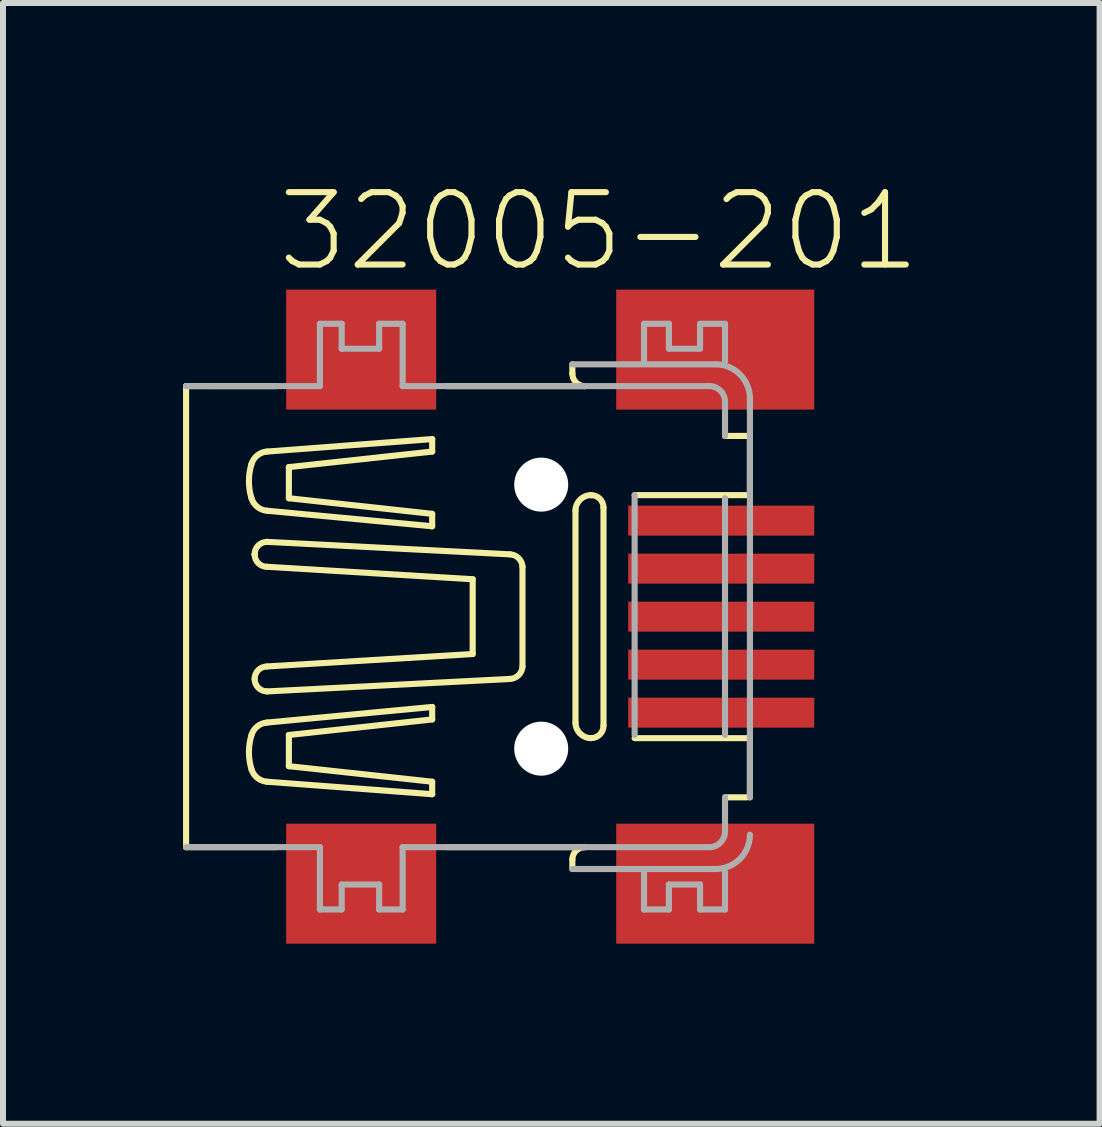
<source format=kicad_pcb>
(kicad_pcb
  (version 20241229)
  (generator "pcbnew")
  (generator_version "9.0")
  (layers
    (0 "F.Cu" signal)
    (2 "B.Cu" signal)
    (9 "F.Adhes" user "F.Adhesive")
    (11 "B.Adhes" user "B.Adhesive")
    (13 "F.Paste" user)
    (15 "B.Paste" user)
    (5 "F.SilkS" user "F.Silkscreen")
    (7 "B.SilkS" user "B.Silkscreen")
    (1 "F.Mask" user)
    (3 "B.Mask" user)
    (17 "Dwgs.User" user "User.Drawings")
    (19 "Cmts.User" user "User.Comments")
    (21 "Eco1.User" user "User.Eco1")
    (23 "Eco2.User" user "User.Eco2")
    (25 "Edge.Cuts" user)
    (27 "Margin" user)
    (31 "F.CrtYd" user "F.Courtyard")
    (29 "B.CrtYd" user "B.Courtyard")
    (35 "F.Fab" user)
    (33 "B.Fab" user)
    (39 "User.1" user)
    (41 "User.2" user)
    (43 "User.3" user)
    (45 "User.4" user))
  (footprint "32005-201"
    (layer "F.Cu")
    (at 5.969 7.226)
    (property "Reference" "32005-201" (at -4.445 -5.715 0) (layer "F.SilkS") (effects (font (size 1.206 1.206) (thickness 0.102)) (justify left bottom)))
    (attr through_hole)
    (fp_line (start -5.918 -3.842) (end -4.415 -3.841) (stroke (width 0.102) (type solid)) (layer "F.SilkS"))
    (fp_line (start -5.918 3.841) (end -5.918 -3.842) (stroke (width 0.102) (type solid)) (layer "F.SilkS"))
    (fp_line (start -5.918 3.841) (end -4.415 3.841) (stroke (width 0.102) (type solid)) (layer "F.SilkS"))
    (fp_line (start -5.918 3.841) (end -5.918 3.841) (stroke (width 0.102) (type solid)) (layer "F.SilkS"))
    (fp_line (start -4.776 -1.038) (end -4.776 -1.038) (stroke (width 0.102) (type solid)) (layer "F.SilkS"))
    (fp_line (start -4.569 -1.765) (end -1.817 -1.506) (stroke (width 0.102) (type solid)) (layer "F.SilkS"))
    (fp_line (start -4.569 -0.831) (end -1.142 -0.623) (stroke (width 0.102) (type solid)) (layer "F.SilkS"))
    (fp_line (start -4.569 0.83) (end -1.142 0.623) (stroke (width 0.102) (type solid)) (layer "F.SilkS"))
    (fp_line (start -4.569 1.765) (end -1.817 1.505) (stroke (width 0.102) (type solid)) (layer "F.SilkS"))
    (fp_line (start -4.568 -1.246) (end -0.519 -1.038) (stroke (width 0.102) (type solid)) (layer "F.SilkS"))
    (fp_line (start -4.568 1.246) (end -0.519 1.038) (stroke (width 0.102) (type solid)) (layer "F.SilkS"))
    (fp_line (start -4.205 -2.492) (end -1.817 -2.751) (stroke (width 0.102) (type solid)) (layer "F.SilkS"))
    (fp_line (start -4.205 -1.973) (end -4.205 -2.492) (stroke (width 0.102) (type solid)) (layer "F.SilkS"))
    (fp_line (start -4.205 1.972) (end -4.205 2.492) (stroke (width 0.102) (type solid)) (layer "F.SilkS"))
    (fp_line (start -4.205 2.492) (end -1.817 2.751) (stroke (width 0.102) (type solid)) (layer "F.SilkS"))
    (fp_line (start -1.817 -2.959) (end -4.569 -2.751) (stroke (width 0.102) (type solid)) (layer "F.SilkS"))
    (fp_line (start -1.817 -2.751) (end -1.817 -2.959) (stroke (width 0.102) (type solid)) (layer "F.SilkS"))
    (fp_line (start -1.817 -1.713) (end -4.205 -1.973) (stroke (width 0.102) (type solid)) (layer "F.SilkS"))
    (fp_line (start -1.817 -1.506) (end -1.817 -1.713) (stroke (width 0.102) (type solid)) (layer "F.SilkS"))
    (fp_line (start -1.817 1.505) (end -1.817 1.713) (stroke (width 0.102) (type solid)) (layer "F.SilkS"))
    (fp_line (start -1.817 1.713) (end -4.205 1.972) (stroke (width 0.102) (type solid)) (layer "F.SilkS"))
    (fp_line (start -1.817 2.751) (end -1.817 2.959) (stroke (width 0.102) (type solid)) (layer "F.SilkS"))
    (fp_line (start -1.817 2.959) (end -4.569 2.751) (stroke (width 0.102) (type solid)) (layer "F.SilkS"))
    (fp_line (start -1.583 3.841) (end 0.727 3.841) (stroke (width 0.102) (type solid)) (layer "F.SilkS"))
    (fp_line (start -1.583 -3.842) (end 0.727 -3.842) (stroke (width 0.102) (type solid)) (layer "F.SilkS"))
    (fp_line (start -1.142 0.623) (end -1.142 -0.623) (stroke (width 0.102) (type solid)) (layer "F.SilkS"))
    (fp_line (start -0.312 0.83) (end -0.312 -0.831) (stroke (width 0.102) (type solid)) (layer "F.SilkS"))
    (fp_line (start 0.519 -4.049) (end 0.519 -4.205) (stroke (width 0.102) (type solid)) (layer "F.SilkS"))
    (fp_line (start 0.519 4.049) (end 0.519 4.205) (stroke (width 0.102) (type solid)) (layer "F.SilkS"))
    (fp_line (start 0.571 -1.765) (end 0.571 1.765) (stroke (width 0.102) (type solid)) (layer "F.SilkS"))
    (fp_line (start 0.831 -2.025) (end 0.83 -2.025) (stroke (width 0.102) (type solid)) (layer "F.SilkS"))
    (fp_line (start 1.038 1.817) (end 1.038 -1.817) (stroke (width 0.102) (type solid)) (layer "F.SilkS"))
    (fp_line (start 1.557 -2.025) (end 3.426 -2.025) (stroke (width 0.102) (type solid)) (layer "F.SilkS"))
    (fp_line (start 1.557 2.025) (end 3.426 2.025) (stroke (width 0.102) (type solid)) (layer "F.SilkS"))
    (fp_line (start 3.063 -3.011) (end 3.426 -3.011) (stroke (width 0.102) (type solid)) (layer "F.SilkS"))
    (fp_line (start 3.063 3.011) (end 3.426 3.011) (stroke (width 0.102) (type solid)) (layer "F.SilkS"))
    (fp_line (start 3.478 2.025) (end 3.478 3.011) (stroke (width 0.102) (type solid)) (layer "F.SilkS"))
    (fp_line (start 3.478 -3.011) (end 3.478 -2.025) (stroke (width 0.102) (type solid)) (layer "F.SilkS"))
    (fp_arc (start -4.828 -2.5438) (mid -4.730297 -2.687659) (end -4.5685 -2.7514) (stroke (width 0.1016) (type solid)) (layer "F.SilkS"))
    (fp_arc (start -4.828 -1.9727) (mid -4.870802 -2.25825) (end -4.828 -2.5438) (stroke (width 0.1016) (type solid)) (layer "F.SilkS"))
    (fp_arc (start -4.828 1.9725) (mid -4.730298 1.828641) (end -4.568501 1.764899) (stroke (width 0.1016) (type solid)) (layer "F.SilkS"))
    (fp_arc (start -4.828 2.5436) (mid -4.870802 2.25805) (end -4.828 1.9725) (stroke (width 0.1016) (type solid)) (layer "F.SilkS"))
    (fp_arc (start -4.7761 -1.0383) (mid -4.715295 -1.185095) (end -4.5685 -1.2459) (stroke (width 0.1016) (type solid)) (layer "F.SilkS"))
    (fp_arc (start -4.7761 1.038) (mid -4.715295 0.891205) (end -4.5685 0.8304) (stroke (width 0.1016) (type solid)) (layer "F.SilkS"))
    (fp_arc (start -4.568501 -1.765099) (mid -4.730298 -1.828841) (end -4.828 -1.9727) (stroke (width 0.1016) (type solid)) (layer "F.SilkS"))
    (fp_arc (start -4.5685 -0.8306) (mid -4.715295 -0.891405) (end -4.7761 -1.0382) (stroke (width 0.1016) (type solid)) (layer "F.SilkS"))
    (fp_arc (start -4.5685 1.2457) (mid -4.715295 1.184895) (end -4.7761 1.0381) (stroke (width 0.1016) (type solid)) (layer "F.SilkS"))
    (fp_arc (start -4.5685 2.7512) (mid -4.730297 2.687459) (end -4.828 2.5436) (stroke (width 0.1016) (type solid)) (layer "F.SilkS"))
    (fp_arc (start -0.5192 -1.0383) (mid -0.375653 -0.974177) (end -0.311598 -0.8306) (stroke (width 0.1016) (type solid)) (layer "F.SilkS"))
    (fp_arc (start -0.311599 0.830399) (mid -0.375679 0.973951) (end -0.5192 1.0381) (stroke (width 0.1016) (type solid)) (layer "F.SilkS"))
    (fp_arc (start 0.519 4.049) (mid 0.579805 3.902205) (end 0.7266 3.8414) (stroke (width 0.1016) (type solid)) (layer "F.SilkS"))
    (fp_arc (start 0.570899 -1.765099) (mid 0.646934 -1.948565) (end 0.8304 -2.0246) (stroke (width 0.1016) (type solid)) (layer "F.SilkS"))
    (fp_arc (start 0.7266 -3.8416) (mid 0.579805 -3.902405) (end 0.519 -4.0492) (stroke (width 0.1016) (type solid)) (layer "F.SilkS"))
    (fp_arc (start 0.8304 2.0244) (mid 0.646993 1.948306) (end 0.570899 1.764899) (stroke (width 0.1016) (type solid)) (layer "F.SilkS"))
    (fp_arc (start 0.8305 -2.0246) (mid 0.977325 -1.963825) (end 1.0381 -1.817) (stroke (width 0.1016) (type solid)) (layer "F.SilkS"))
    (fp_arc (start 1.0381 1.8168) (mid 0.977325 1.963625) (end 0.8305 2.0244) (stroke (width 0.1016) (type solid)) (layer "F.SilkS"))
    (fp_line (start -5.918 -3.842) (end -3.688 -3.842) (stroke (width 0.102) (type solid)) (layer "F.Fab"))
    (fp_line (start -5.918 3.841) (end -3.688 3.841) (stroke (width 0.102) (type solid)) (layer "F.Fab"))
    (fp_line (start -3.688 -4.88) (end -3.325 -4.88) (stroke (width 0.102) (type solid)) (layer "F.Fab"))
    (fp_line (start -3.688 -3.842) (end -3.688 -4.88) (stroke (width 0.102) (type solid)) (layer "F.Fab"))
    (fp_line (start -3.688 3.841) (end -3.688 4.88) (stroke (width 0.102) (type solid)) (layer "F.Fab"))
    (fp_line (start -3.688 4.88) (end -3.325 4.88) (stroke (width 0.102) (type solid)) (layer "F.Fab"))
    (fp_line (start -3.325 -4.88) (end -3.325 -4.465) (stroke (width 0.102) (type solid)) (layer "F.Fab"))
    (fp_line (start -3.325 -4.465) (end -2.701 -4.465) (stroke (width 0.102) (type solid)) (layer "F.Fab"))
    (fp_line (start -3.325 4.464) (end -2.701 4.464) (stroke (width 0.102) (type solid)) (layer "F.Fab"))
    (fp_line (start -3.325 4.88) (end -3.325 4.464) (stroke (width 0.102) (type solid)) (layer "F.Fab"))
    (fp_line (start -2.701 -4.88) (end -2.309 -4.88) (stroke (width 0.102) (type solid)) (layer "F.Fab"))
    (fp_line (start -2.701 -4.465) (end -2.701 -4.88) (stroke (width 0.102) (type solid)) (layer "F.Fab"))
    (fp_line (start -2.701 4.464) (end -2.701 4.88) (stroke (width 0.102) (type solid)) (layer "F.Fab"))
    (fp_line (start -2.701 4.88) (end -2.309 4.88) (stroke (width 0.102) (type solid)) (layer "F.Fab"))
    (fp_line (start -2.309 -4.88) (end -2.309 -3.842) (stroke (width 0.102) (type solid)) (layer "F.Fab"))
    (fp_line (start -2.309 -3.842) (end 0.727 -3.841) (stroke (width 0.102) (type solid)) (layer "F.Fab"))
    (fp_line (start -2.309 3.841) (end 2.803 3.841) (stroke (width 0.102) (type solid)) (layer "F.Fab"))
    (fp_line (start -2.309 4.88) (end -2.309 3.841) (stroke (width 0.102) (type solid)) (layer "F.Fab"))
    (fp_line (start 0.519 -4.205) (end 2.907 -4.205) (stroke (width 0.102) (type solid)) (layer "F.Fab"))
    (fp_line (start 0.519 4.205) (end 2.907 4.205) (stroke (width 0.102) (type solid)) (layer "F.Fab"))
    (fp_line (start 1.557 1.972) (end 1.557 -2.025) (stroke (width 0.102) (type solid)) (layer "F.Fab"))
    (fp_line (start 1.713 -4.88) (end 2.128 -4.88) (stroke (width 0.102) (type solid)) (layer "F.Fab"))
    (fp_line (start 1.713 -4.257) (end 1.713 -4.88) (stroke (width 0.102) (type solid)) (layer "F.Fab"))
    (fp_line (start 1.713 4.257) (end 1.713 4.88) (stroke (width 0.102) (type solid)) (layer "F.Fab"))
    (fp_line (start 1.713 4.88) (end 2.128 4.88) (stroke (width 0.102) (type solid)) (layer "F.Fab"))
    (fp_line (start 2.128 -4.88) (end 2.128 -4.465) (stroke (width 0.102) (type solid)) (layer "F.Fab"))
    (fp_line (start 2.128 -4.465) (end 2.647 -4.465) (stroke (width 0.102) (type solid)) (layer "F.Fab"))
    (fp_line (start 2.128 4.464) (end 2.647 4.464) (stroke (width 0.102) (type solid)) (layer "F.Fab"))
    (fp_line (start 2.128 4.88) (end 2.128 4.464) (stroke (width 0.102) (type solid)) (layer "F.Fab"))
    (fp_line (start 2.647 -4.88) (end 3.063 -4.88) (stroke (width 0.102) (type solid)) (layer "F.Fab"))
    (fp_line (start 2.647 -4.465) (end 2.647 -4.88) (stroke (width 0.102) (type solid)) (layer "F.Fab"))
    (fp_line (start 2.647 4.464) (end 2.647 4.88) (stroke (width 0.102) (type solid)) (layer "F.Fab"))
    (fp_line (start 2.647 4.88) (end 3.063 4.88) (stroke (width 0.102) (type solid)) (layer "F.Fab"))
    (fp_line (start 2.803 -3.842) (end 0.727 -3.842) (stroke (width 0.102) (type solid)) (layer "F.Fab"))
    (fp_line (start 3.063 -4.88) (end 3.063 -4.257) (stroke (width 0.102) (type solid)) (layer "F.Fab"))
    (fp_line (start 3.063 -3.582) (end 3.063 -3.011) (stroke (width 0.102) (type solid)) (layer "F.Fab"))
    (fp_line (start 3.063 1.973) (end 3.063 -1.973) (stroke (width 0.102) (type solid)) (layer "F.Fab"))
    (fp_line (start 3.063 3.582) (end 3.063 3.011) (stroke (width 0.102) (type solid)) (layer "F.Fab"))
    (fp_line (start 3.063 4.88) (end 3.063 4.257) (stroke (width 0.102) (type solid)) (layer "F.Fab"))
    (fp_line (start 3.478 -3.634) (end 3.478 3.011) (stroke (width 0.102) (type solid)) (layer "F.Fab"))
    (fp_arc (start 2.8032 -3.8416) (mid 2.986694 -3.765594) (end 3.0627 -3.5821) (stroke (width 0.1016) (type solid)) (layer "F.Fab"))
    (fp_arc (start 2.907 -4.205) (mid 3.310829 -4.037729) (end 3.4781 -3.6339) (stroke (width 0.1016) (type solid)) (layer "F.Fab"))
    (fp_arc (start 3.0627 3.5819) (mid 2.986724 3.765424) (end 2.8032 3.8414) (stroke (width 0.1016) (type solid)) (layer "F.Fab"))
    (fp_arc (start 3.4781 3.6337) (mid 3.310858 4.037558) (end 2.907 4.2048) (stroke (width 0.1016) (type solid)) (layer "F.Fab"))
    (pad "" np_thru_hole circle (at 0 -2.2) (size 0.9 0.9) (drill 0.9) (layers "*.Cu" "*.Mask"))
    (pad "" np_thru_hole circle (at 0 2.2) (size 0.9 0.9) (drill 0.9) (layers "*.Cu" "*.Mask"))
    (pad "1" smd rect (at 3 -1.6) (size 3.1 0.5) (layers "F.Cu" "F.Mask" "F.Paste"))
    (pad "2" smd rect (at 3 -0.8) (size 3.1 0.5) (layers "F.Cu" "F.Mask" "F.Paste"))
    (pad "3" smd rect (at 3 0) (size 3.1 0.5) (layers "F.Cu" "F.Mask" "F.Paste"))
    (pad "4" smd rect (at 3 0.8) (size 3.1 0.5) (layers "F.Cu" "F.Mask" "F.Paste"))
    (pad "5" smd rect (at 3 1.6) (size 3.1 0.5) (layers "F.Cu" "F.Mask" "F.Paste"))
    (pad "M1" smd rect (at -3 4.45) (size 2.5 2) (layers "F.Cu" "F.Mask" "F.Paste"))
    (pad "M2" smd rect (at -3 -4.45) (size 2.5 2) (layers "F.Cu" "F.Mask" "F.Paste"))
    (pad "M3" smd rect (at 2.9 -4.45) (size 3.3 2) (layers "F.Cu" "F.Mask" "F.Paste"))
    (pad "M4" smd rect (at 2.9 4.45) (size 3.3 2) (layers "F.Cu" "F.Mask" "F.Paste")))
  (gr_rect
    (start -3 -3)
    (end 15.274 15.676)
    (stroke (width 0.1) (type default))
    (fill no)
    (layer "Edge.Cuts")))
</source>
